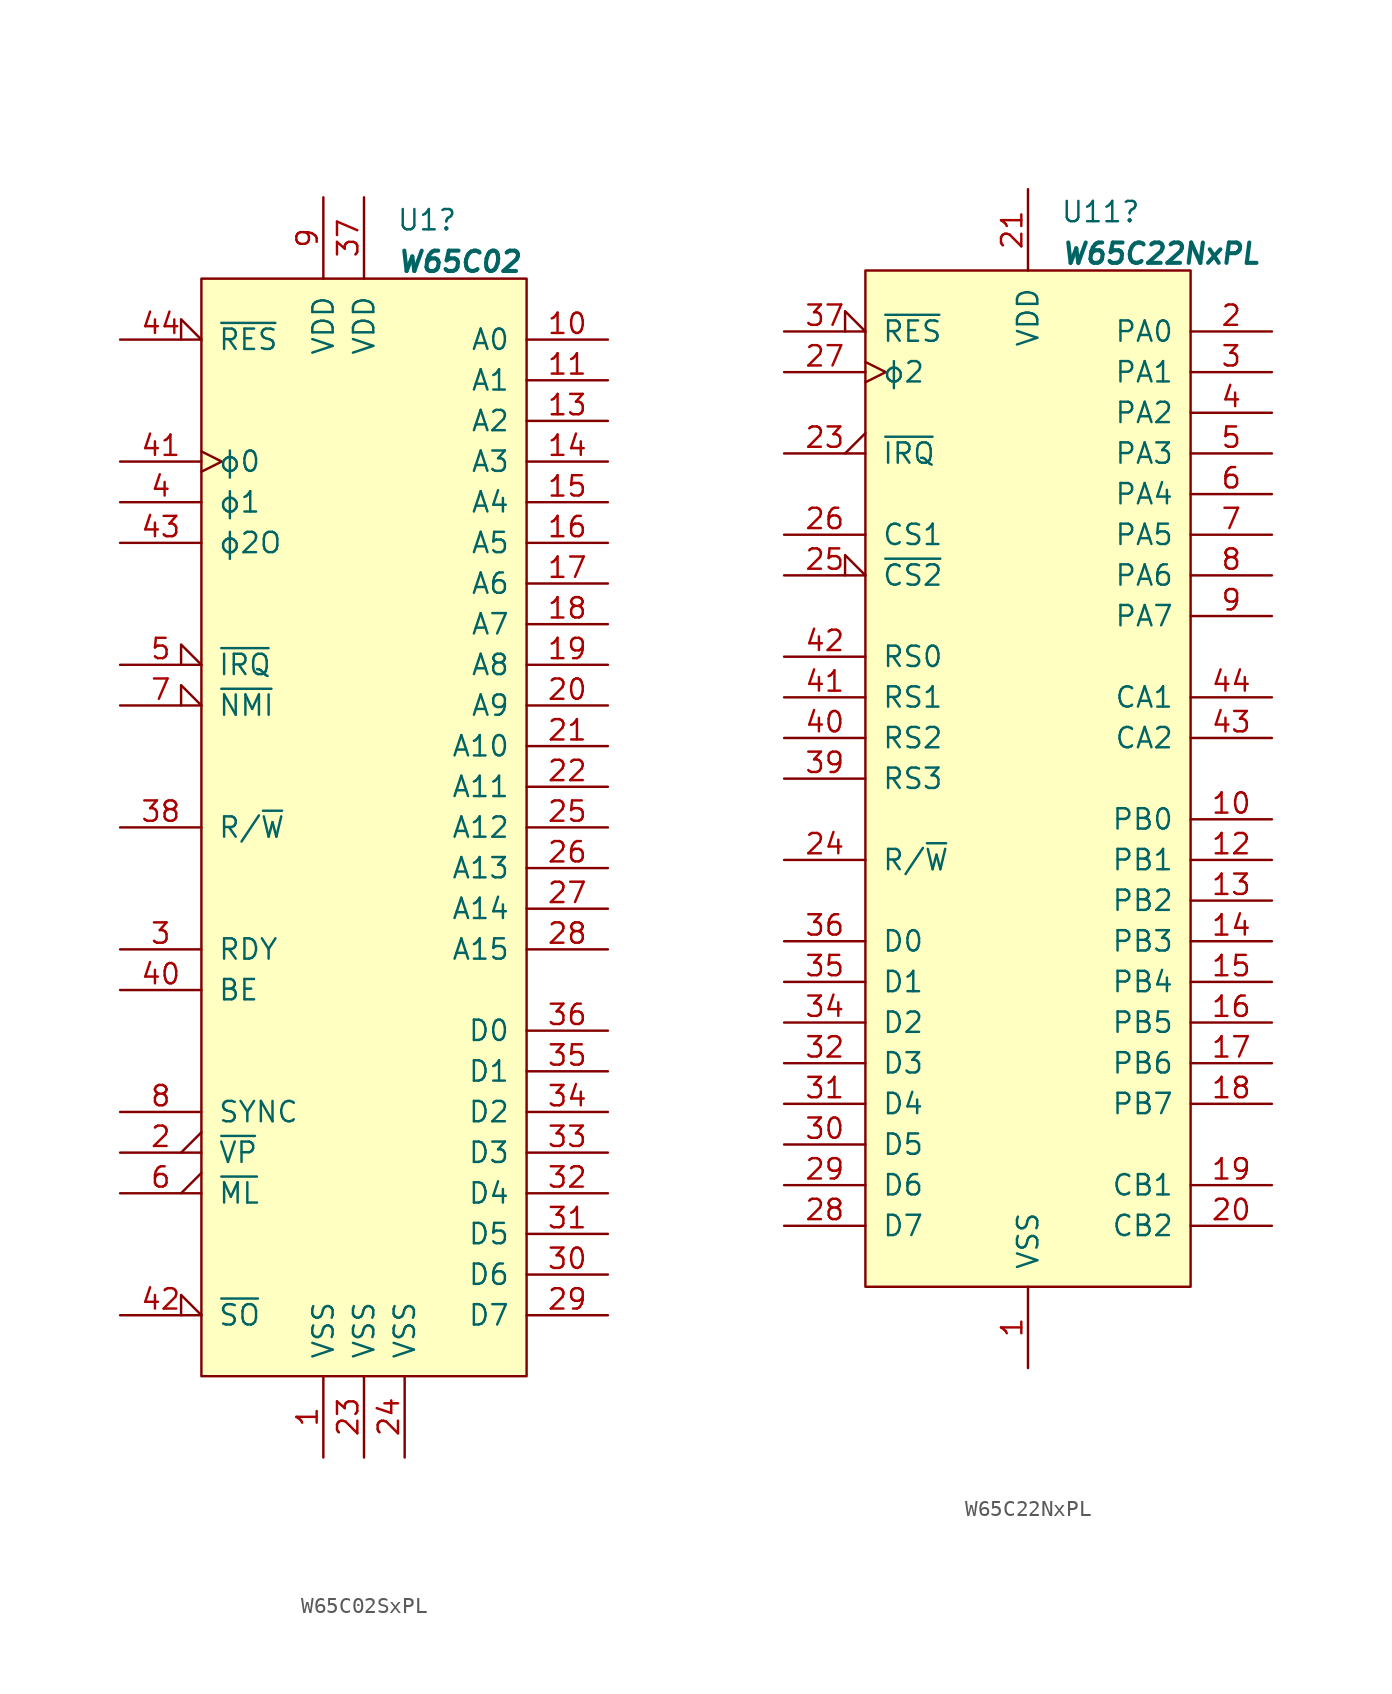
<source format=kicad_sym>
(kicad_symbol_lib
  (version 20220914)
  (generator kicad_symbol_editor)
  (symbol "W65C02SxPL"
    (pin_names
      (offset 1.016))
    (property "Reference" "U1"
      (at 2.019 37.951 0)
      (effects (font (size 1.27 1.27)) (justify left)))
    (property "Value" "W65C02"
      (at 2.019 35.343 0)
      (effects (font (size 1.27 1.27) bold italic) (justify left)))
    (symbol "W65C02SxPL_0_1"
      (rectangle (start -10.16 34.29) (end 10.16 -34.29) (stroke (width 0) (type default)) (fill (type background))))
    (symbol "W65C02SxPL_1_1"
      (pin power_in line (at -2.54 -39.37 90) (length 5.08) (name "VSS" (effects (font (size 1.27 1.27)))) (number "1" (effects (font (size 1.27 1.27)))))
      (pin tri_state line (at 15.24 30.48 180) (length 5.08) (name "A0" (effects (font (size 1.27 1.27)))) (number "10" (effects (font (size 1.27 1.27)))))
      (pin tri_state line (at 15.24 27.94 180) (length 5.08) (name "A1" (effects (font (size 1.27 1.27)))) (number "11" (effects (font (size 1.27 1.27)))))
      (pin no_connect non_logic (at -10.16 -25.4 0) (length 2.54) hide (name "nc" (effects (font (size 1.27 1.27)))) (number "12" (effects (font (size 1.27 1.27)))))
      (pin tri_state line (at 15.24 25.4 180) (length 5.08) (name "A2" (effects (font (size 1.27 1.27)))) (number "13" (effects (font (size 1.27 1.27)))))
      (pin tri_state line (at 15.24 22.86 180) (length 5.08) (name "A3" (effects (font (size 1.27 1.27)))) (number "14" (effects (font (size 1.27 1.27)))))
      (pin tri_state line (at 15.24 20.32 180) (length 5.08) (name "A4" (effects (font (size 1.27 1.27)))) (number "15" (effects (font (size 1.27 1.27)))))
      (pin tri_state line (at 15.24 17.78 180) (length 5.08) (name "A5" (effects (font (size 1.27 1.27)))) (number "16" (effects (font (size 1.27 1.27)))))
      (pin tri_state line (at 15.24 15.24 180) (length 5.08) (name "A6" (effects (font (size 1.27 1.27)))) (number "17" (effects (font (size 1.27 1.27)))))
      (pin tri_state line (at 15.24 12.7 180) (length 5.08) (name "A7" (effects (font (size 1.27 1.27)))) (number "18" (effects (font (size 1.27 1.27)))))
      (pin tri_state line (at 15.24 10.16 180) (length 5.08) (name "A8" (effects (font (size 1.27 1.27)))) (number "19" (effects (font (size 1.27 1.27)))))
      (pin output output_low (at -15.24 -20.32 0) (length 5.08) (name "~{VP}" (effects (font (size 1.27 1.27)))) (number "2" (effects (font (size 1.27 1.27)))))
      (pin tri_state line (at 15.24 7.62 180) (length 5.08) (name "A9" (effects (font (size 1.27 1.27)))) (number "20" (effects (font (size 1.27 1.27)))))
      (pin tri_state line (at 15.24 5.08 180) (length 5.08) (name "A10" (effects (font (size 1.27 1.27)))) (number "21" (effects (font (size 1.27 1.27)))))
      (pin tri_state line (at 15.24 2.54 180) (length 5.08) (name "A11" (effects (font (size 1.27 1.27)))) (number "22" (effects (font (size 1.27 1.27)))))
      (pin power_in line (at 0 -39.37 90) (length 5.08) (name "VSS" (effects (font (size 1.27 1.27)))) (number "23" (effects (font (size 1.27 1.27)))))
      (pin power_in line (at 2.54 -39.37 90) (length 5.08) (name "VSS" (effects (font (size 1.27 1.27)))) (number "24" (effects (font (size 1.27 1.27)))))
      (pin tri_state line (at 15.24 0 180) (length 5.08) (name "A12" (effects (font (size 1.27 1.27)))) (number "25" (effects (font (size 1.27 1.27)))))
      (pin tri_state line (at 15.24 -2.54 180) (length 5.08) (name "A13" (effects (font (size 1.27 1.27)))) (number "26" (effects (font (size 1.27 1.27)))))
      (pin tri_state line (at 15.24 -5.08 180) (length 5.08) (name "A14" (effects (font (size 1.27 1.27)))) (number "27" (effects (font (size 1.27 1.27)))))
      (pin tri_state line (at 15.24 -7.62 180) (length 5.08) (name "A15" (effects (font (size 1.27 1.27)))) (number "28" (effects (font (size 1.27 1.27)))))
      (pin bidirectional line (at 15.24 -30.48 180) (length 5.08) (name "D7" (effects (font (size 1.27 1.27)))) (number "29" (effects (font (size 1.27 1.27)))))
      (pin open_collector line (at -15.24 -7.62 0) (length 5.08) (name "RDY" (effects (font (size 1.27 1.27)))) (number "3" (effects (font (size 1.27 1.27)))))
      (pin bidirectional line (at 15.24 -27.94 180) (length 5.08) (name "D6" (effects (font (size 1.27 1.27)))) (number "30" (effects (font (size 1.27 1.27)))))
      (pin bidirectional line (at 15.24 -25.4 180) (length 5.08) (name "D5" (effects (font (size 1.27 1.27)))) (number "31" (effects (font (size 1.27 1.27)))))
      (pin bidirectional line (at 15.24 -22.86 180) (length 5.08) (name "D4" (effects (font (size 1.27 1.27)))) (number "32" (effects (font (size 1.27 1.27)))))
      (pin bidirectional line (at 15.24 -20.32 180) (length 5.08) (name "D3" (effects (font (size 1.27 1.27)))) (number "33" (effects (font (size 1.27 1.27)))))
      (pin bidirectional line (at 15.24 -17.78 180) (length 5.08) (name "D2" (effects (font (size 1.27 1.27)))) (number "34" (effects (font (size 1.27 1.27)))))
      (pin bidirectional line (at 15.24 -15.24 180) (length 5.08) (name "D1" (effects (font (size 1.27 1.27)))) (number "35" (effects (font (size 1.27 1.27)))))
      (pin bidirectional line (at 15.24 -12.7 180) (length 5.08) (name "D0" (effects (font (size 1.27 1.27)))) (number "36" (effects (font (size 1.27 1.27)))))
      (pin power_in line (at 0 39.37 270) (length 5.08) (name "VDD" (effects (font (size 1.27 1.27)))) (number "37" (effects (font (size 1.27 1.27)))))
      (pin tri_state line (at -15.24 0 0) (length 5.08) (name "R/~{W}" (effects (font (size 1.27 1.27)))) (number "38" (effects (font (size 1.27 1.27)))))
      (pin no_connect non_logic (at -10.16 -27.94 0) (length 2.54) hide (name "nc" (effects (font (size 1.27 1.27)))) (number "39" (effects (font (size 1.27 1.27)))))
      (pin output line (at -15.24 20.32 0) (length 5.08) (name "ϕ1" (effects (font (size 1.27 1.27)))) (number "4" (effects (font (size 1.27 1.27)))))
      (pin input line (at -15.24 -10.16 0) (length 5.08) (name "BE" (effects (font (size 1.27 1.27)))) (number "40" (effects (font (size 1.27 1.27)))))
      (pin input clock (at -15.24 22.86 0) (length 5.08) (name "ϕ0" (effects (font (size 1.27 1.27)))) (number "41" (effects (font (size 1.27 1.27)))))
      (pin input input_low (at -15.24 -30.48 0) (length 5.08) (name "~{SO}" (effects (font (size 1.27 1.27)))) (number "42" (effects (font (size 1.27 1.27)))))
      (pin output line (at -15.24 17.78 0) (length 5.08) (name "ϕ2O" (effects (font (size 1.27 1.27)))) (number "43" (effects (font (size 1.27 1.27)))))
      (pin input input_low (at -15.24 30.48 0) (length 5.08) (name "~{RES}" (effects (font (size 1.27 1.27)))) (number "44" (effects (font (size 1.27 1.27)))))
      (pin input input_low (at -15.24 10.16 0) (length 5.08) (name "~{IRQ}" (effects (font (size 1.27 1.27)))) (number "5" (effects (font (size 1.27 1.27)))))
      (pin output output_low (at -15.24 -22.86 0) (length 5.08) (name "~{ML}" (effects (font (size 1.27 1.27)))) (number "6" (effects (font (size 1.27 1.27)))))
      (pin input input_low (at -15.24 7.62 0) (length 5.08) (name "~{NMI}" (effects (font (size 1.27 1.27)))) (number "7" (effects (font (size 1.27 1.27)))))
      (pin output line (at -15.24 -17.78 0) (length 5.08) (name "SYNC" (effects (font (size 1.27 1.27)))) (number "8" (effects (font (size 1.27 1.27)))))
      (pin power_in line (at -2.54 39.37 270) (length 5.08) (name "VDD" (effects (font (size 1.27 1.27)))) (number "9" (effects (font (size 1.27 1.27)))))))
  (symbol "W65C22NxPL"
    (pin_names
      (offset 1.016))
    (property "Reference" "U11"
      (at 2.019 35.411 0)
      (effects (font (size 1.27 1.27)) (justify left)))
    (property "Value" "W65C22NxPL"
      (at 2.019 32.803 0)
      (effects (font (size 1.27 1.27) bold italic) (justify left)))
    (symbol "W65C22NxPL_0_1"
      (rectangle (start -10.16 31.75) (end 10.16 -31.75) (stroke (width 0) (type default)) (fill (type background))))
    (symbol "W65C22NxPL_1_1"
      (pin power_in line (at 0 -36.83 90) (length 5.08) (name "VSS" (effects (font (size 1.27 1.27)))) (number "1" (effects (font (size 1.27 1.27)))))
      (pin bidirectional line (at 15.24 -2.54 180) (length 5.08) (name "PB0" (effects (font (size 1.27 1.27)))) (number "10" (effects (font (size 1.27 1.27)))))
      (pin no_connect non_logic (at -10.16 22.86 0) (length 2.54) hide (name "nc" (effects (font (size 1.27 1.27)))) (number "11" (effects (font (size 1.27 1.27)))))
      (pin bidirectional line (at 15.24 -5.08 180) (length 5.08) (name "PB1" (effects (font (size 1.27 1.27)))) (number "12" (effects (font (size 1.27 1.27)))))
      (pin bidirectional line (at 15.24 -7.62 180) (length 5.08) (name "PB2" (effects (font (size 1.27 1.27)))) (number "13" (effects (font (size 1.27 1.27)))))
      (pin bidirectional line (at 15.24 -10.16 180) (length 5.08) (name "PB3" (effects (font (size 1.27 1.27)))) (number "14" (effects (font (size 1.27 1.27)))))
      (pin bidirectional line (at 15.24 -12.7 180) (length 5.08) (name "PB4" (effects (font (size 1.27 1.27)))) (number "15" (effects (font (size 1.27 1.27)))))
      (pin bidirectional line (at 15.24 -15.24 180) (length 5.08) (name "PB5" (effects (font (size 1.27 1.27)))) (number "16" (effects (font (size 1.27 1.27)))))
      (pin bidirectional line (at 15.24 -17.78 180) (length 5.08) (name "PB6" (effects (font (size 1.27 1.27)))) (number "17" (effects (font (size 1.27 1.27)))))
      (pin bidirectional line (at 15.24 -20.32 180) (length 5.08) (name "PB7" (effects (font (size 1.27 1.27)))) (number "18" (effects (font (size 1.27 1.27)))))
      (pin input line (at 15.24 -25.4 180) (length 5.08) (name "CB1" (effects (font (size 1.27 1.27)))) (number "19" (effects (font (size 1.27 1.27)))))
      (pin bidirectional line (at 15.24 27.94 180) (length 5.08) (name "PA0" (effects (font (size 1.27 1.27)))) (number "2" (effects (font (size 1.27 1.27)))))
      (pin bidirectional line (at 15.24 -27.94 180) (length 5.08) (name "CB2" (effects (font (size 1.27 1.27)))) (number "20" (effects (font (size 1.27 1.27)))))
      (pin power_in line (at 0 36.83 270) (length 5.08) (name "VDD" (effects (font (size 1.27 1.27)))) (number "21" (effects (font (size 1.27 1.27)))))
      (pin no_connect non_logic (at -10.16 17.78 0) (length 2.54) hide (name "nc" (effects (font (size 1.27 1.27)))) (number "22" (effects (font (size 1.27 1.27)))))
      (pin open_collector output_low (at -15.24 20.32 0) (length 5.08) (name "~{IRQ}" (effects (font (size 1.27 1.27)))) (number "23" (effects (font (size 1.27 1.27)))))
      (pin input line (at -15.24 -5.08 0) (length 5.08) (name "R/~{W}" (effects (font (size 1.27 1.27)))) (number "24" (effects (font (size 1.27 1.27)))))
      (pin input input_low (at -15.24 12.7 0) (length 5.08) (name "~{CS2}" (effects (font (size 1.27 1.27)))) (number "25" (effects (font (size 1.27 1.27)))))
      (pin input line (at -15.24 15.24 0) (length 5.08) (name "CS1" (effects (font (size 1.27 1.27)))) (number "26" (effects (font (size 1.27 1.27)))))
      (pin input clock (at -15.24 25.4 0) (length 5.08) (name "ϕ2" (effects (font (size 1.27 1.27)))) (number "27" (effects (font (size 1.27 1.27)))))
      (pin bidirectional line (at -15.24 -27.94 0) (length 5.08) (name "D7" (effects (font (size 1.27 1.27)))) (number "28" (effects (font (size 1.27 1.27)))))
      (pin bidirectional line (at -15.24 -25.4 0) (length 5.08) (name "D6" (effects (font (size 1.27 1.27)))) (number "29" (effects (font (size 1.27 1.27)))))
      (pin bidirectional line (at 15.24 25.4 180) (length 5.08) (name "PA1" (effects (font (size 1.27 1.27)))) (number "3" (effects (font (size 1.27 1.27)))))
      (pin bidirectional line (at -15.24 -22.86 0) (length 5.08) (name "D5" (effects (font (size 1.27 1.27)))) (number "30" (effects (font (size 1.27 1.27)))))
      (pin bidirectional line (at -15.24 -20.32 0) (length 5.08) (name "D4" (effects (font (size 1.27 1.27)))) (number "31" (effects (font (size 1.27 1.27)))))
      (pin bidirectional line (at -15.24 -17.78 0) (length 5.08) (name "D3" (effects (font (size 1.27 1.27)))) (number "32" (effects (font (size 1.27 1.27)))))
      (pin no_connect non_logic (at -10.16 10.16 0) (length 2.54) hide (name "nc" (effects (font (size 1.27 1.27)))) (number "33" (effects (font (size 1.27 1.27)))))
      (pin bidirectional line (at -15.24 -15.24 0) (length 5.08) (name "D2" (effects (font (size 1.27 1.27)))) (number "34" (effects (font (size 1.27 1.27)))))
      (pin bidirectional line (at -15.24 -12.7 0) (length 5.08) (name "D1" (effects (font (size 1.27 1.27)))) (number "35" (effects (font (size 1.27 1.27)))))
      (pin bidirectional line (at -15.24 -10.16 0) (length 5.08) (name "D0" (effects (font (size 1.27 1.27)))) (number "36" (effects (font (size 1.27 1.27)))))
      (pin input input_low (at -15.24 27.94 0) (length 5.08) (name "~{RES}" (effects (font (size 1.27 1.27)))) (number "37" (effects (font (size 1.27 1.27)))))
      (pin no_connect non_logic (at -10.16 -2.54 0) (length 2.54) hide (name "nc" (effects (font (size 1.27 1.27)))) (number "38" (effects (font (size 1.27 1.27)))))
      (pin input line (at -15.24 0 0) (length 5.08) (name "RS3" (effects (font (size 1.27 1.27)))) (number "39" (effects (font (size 1.27 1.27)))))
      (pin bidirectional line (at 15.24 22.86 180) (length 5.08) (name "PA2" (effects (font (size 1.27 1.27)))) (number "4" (effects (font (size 1.27 1.27)))))
      (pin input line (at -15.24 2.54 0) (length 5.08) (name "RS2" (effects (font (size 1.27 1.27)))) (number "40" (effects (font (size 1.27 1.27)))))
      (pin input line (at -15.24 5.08 0) (length 5.08) (name "RS1" (effects (font (size 1.27 1.27)))) (number "41" (effects (font (size 1.27 1.27)))))
      (pin input line (at -15.24 7.62 0) (length 5.08) (name "RS0" (effects (font (size 1.27 1.27)))) (number "42" (effects (font (size 1.27 1.27)))))
      (pin bidirectional line (at 15.24 2.54 180) (length 5.08) (name "CA2" (effects (font (size 1.27 1.27)))) (number "43" (effects (font (size 1.27 1.27)))))
      (pin input line (at 15.24 5.08 180) (length 5.08) (name "CA1" (effects (font (size 1.27 1.27)))) (number "44" (effects (font (size 1.27 1.27)))))
      (pin bidirectional line (at 15.24 20.32 180) (length 5.08) (name "PA3" (effects (font (size 1.27 1.27)))) (number "5" (effects (font (size 1.27 1.27)))))
      (pin bidirectional line (at 15.24 17.78 180) (length 5.08) (name "PA4" (effects (font (size 1.27 1.27)))) (number "6" (effects (font (size 1.27 1.27)))))
      (pin bidirectional line (at 15.24 15.24 180) (length 5.08) (name "PA5" (effects (font (size 1.27 1.27)))) (number "7" (effects (font (size 1.27 1.27)))))
      (pin bidirectional line (at 15.24 12.7 180) (length 5.08) (name "PA6" (effects (font (size 1.27 1.27)))) (number "8" (effects (font (size 1.27 1.27)))))
      (pin bidirectional line (at 15.24 10.16 180) (length 5.08) (name "PA7" (effects (font (size 1.27 1.27)))) (number "9" (effects (font (size 1.27 1.27))))))))
</source>
